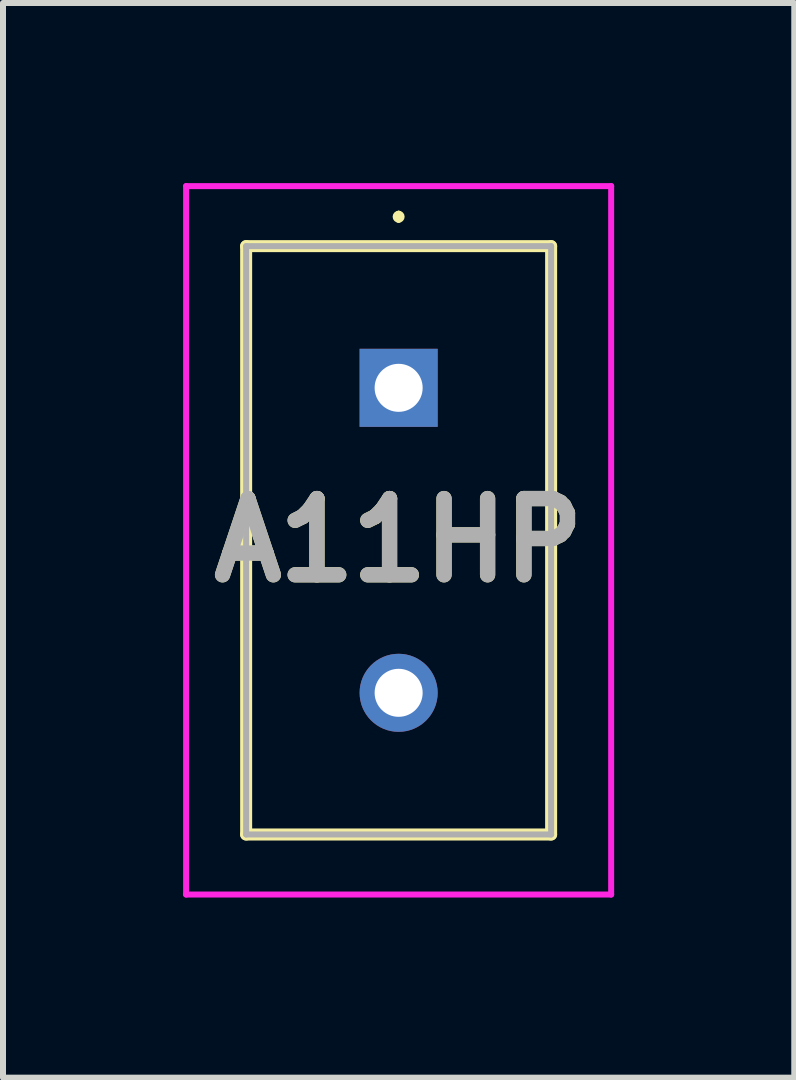
<source format=kicad_pcb>
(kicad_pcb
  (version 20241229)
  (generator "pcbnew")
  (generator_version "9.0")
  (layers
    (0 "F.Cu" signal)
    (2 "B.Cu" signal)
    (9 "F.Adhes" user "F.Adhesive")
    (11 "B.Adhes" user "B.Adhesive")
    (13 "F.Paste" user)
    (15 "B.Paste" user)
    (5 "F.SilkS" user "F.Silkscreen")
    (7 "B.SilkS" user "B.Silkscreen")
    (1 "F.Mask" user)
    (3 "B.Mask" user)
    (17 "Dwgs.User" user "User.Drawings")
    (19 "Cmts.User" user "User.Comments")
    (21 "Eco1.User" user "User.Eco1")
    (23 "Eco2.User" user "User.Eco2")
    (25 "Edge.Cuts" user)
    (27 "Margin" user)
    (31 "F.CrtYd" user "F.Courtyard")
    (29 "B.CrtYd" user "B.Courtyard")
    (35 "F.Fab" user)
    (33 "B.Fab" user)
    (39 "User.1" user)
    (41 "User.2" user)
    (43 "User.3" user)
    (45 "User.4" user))
  (footprint "A11HP"
    (layer "F.Cu")
    (at 3.59 3.41)
    (property "Reference" "A11HP" (at 0 2.54 0) (layer "F.SilkS") (effects (font (size 1.27 1.27) (thickness 0.254))))
    (attr through_hole)
    (fp_line (start -2.54 -2.36) (end 2.54 -2.36) (stroke (width 0.2) (type solid)) (layer "F.SilkS"))
    (fp_line (start -2.54 7.44) (end -2.54 -2.36) (stroke (width 0.2) (type solid)) (layer "F.SilkS"))
    (fp_line (start 0 -2.9) (end 0 -2.9) (stroke (width 0.1) (type solid)) (layer "F.SilkS"))
    (fp_line (start 0 -2.8) (end 0 -2.8) (stroke (width 0.1) (type solid)) (layer "F.SilkS"))
    (fp_line (start 2.54 -2.36) (end 2.54 7.44) (stroke (width 0.2) (type solid)) (layer "F.SilkS"))
    (fp_line (start 2.54 7.44) (end -2.54 7.44) (stroke (width 0.2) (type solid)) (layer "F.SilkS"))
    (fp_arc (start 0 -2.9) (mid 0.05 -2.85) (end 0 -2.8) (stroke (width 0.1) (type solid)) (layer "F.SilkS"))
    (fp_arc (start 0 -2.8) (mid -0.05 -2.85) (end 0 -2.9) (stroke (width 0.1) (type solid)) (layer "F.SilkS"))
    (fp_line (start -3.54 -3.36) (end 3.54 -3.36) (stroke (width 0.1) (type solid)) (layer "F.CrtYd"))
    (fp_line (start -3.54 8.44) (end -3.54 -3.36) (stroke (width 0.1) (type solid)) (layer "F.CrtYd"))
    (fp_line (start 3.54 -3.36) (end 3.54 8.44) (stroke (width 0.1) (type solid)) (layer "F.CrtYd"))
    (fp_line (start 3.54 8.44) (end -3.54 8.44) (stroke (width 0.1) (type solid)) (layer "F.CrtYd"))
    (fp_line (start -2.54 -2.36) (end 2.54 -2.36) (stroke (width 0.1) (type solid)) (layer "F.Fab"))
    (fp_line (start -2.54 7.44) (end -2.54 -2.36) (stroke (width 0.1) (type solid)) (layer "F.Fab"))
    (fp_line (start 2.54 -2.36) (end 2.54 7.44) (stroke (width 0.1) (type solid)) (layer "F.Fab"))
    (fp_line (start 2.54 7.44) (end -2.54 7.44) (stroke (width 0.1) (type solid)) (layer "F.Fab"))
    (fp_text user "${REFERENCE}" (at 0 2.54 0) (layer "F.Fab") (effects (font (size 1.27 1.27) (thickness 0.254))))
    (pad "1" thru_hole rect (at 0 0) (size 1.3 1.3) (drill 0.8) (layers "*.Cu" "*.Mask"))
    (pad "3" thru_hole circle (at 0 5.08) (size 1.3 1.3) (drill 0.8) (layers "*.Cu" "*.Mask")))
  (gr_rect
    (start -3 -3)
    (end 10.18 14.9)
    (stroke (width 0.1) (type default))
    (fill no)
    (layer "Edge.Cuts")))
</source>
